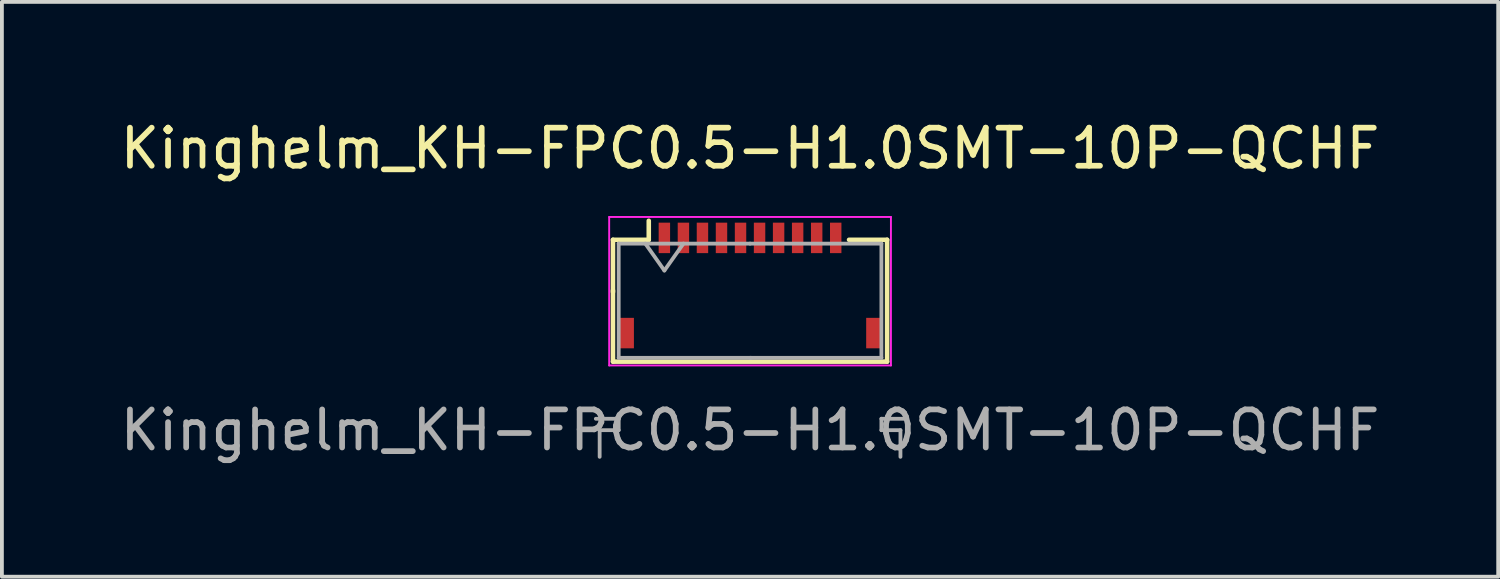
<source format=kicad_pcb>
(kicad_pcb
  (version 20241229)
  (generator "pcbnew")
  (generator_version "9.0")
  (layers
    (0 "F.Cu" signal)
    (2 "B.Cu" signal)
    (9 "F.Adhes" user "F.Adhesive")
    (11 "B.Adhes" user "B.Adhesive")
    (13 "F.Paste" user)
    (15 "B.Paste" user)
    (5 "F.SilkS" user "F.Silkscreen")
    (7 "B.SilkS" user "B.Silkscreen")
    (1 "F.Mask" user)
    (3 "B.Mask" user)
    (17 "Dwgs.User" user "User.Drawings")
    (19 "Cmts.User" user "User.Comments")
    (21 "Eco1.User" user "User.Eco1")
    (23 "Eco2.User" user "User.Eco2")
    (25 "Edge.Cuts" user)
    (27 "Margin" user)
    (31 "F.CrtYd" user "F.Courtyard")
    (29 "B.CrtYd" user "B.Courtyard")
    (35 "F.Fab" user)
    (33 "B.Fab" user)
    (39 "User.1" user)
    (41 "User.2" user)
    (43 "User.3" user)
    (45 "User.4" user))
  (footprint "Kinghelm_KH-FPC0.5-H1.0SMT-10P-QCHF"
    (layer "F.Cu")
    (at 16.649 4.548)
    (property "Reference" "Kinghelm_KH-FPC0.5-H1.0SMT-10P-QCHF" (at 0 -3.7 0) (layer "F.SilkS") (effects (font (size 1 1) (thickness 0.15))))
    (attr smd)
    (fp_line (start -3.6 -1.3) (end -3.6 0.07) (stroke (width 0.12) (type solid)) (layer "F.SilkS"))
    (fp_line (start -3.6 0.03) (end -3.6 1.9) (stroke (width 0.12) (type solid)) (layer "F.SilkS"))
    (fp_line (start -3.6 1.9) (end 3.6 1.9) (stroke (width 0.12) (type solid)) (layer "F.SilkS"))
    (fp_line (start -2.66 -1.3) (end -3.6 -1.3) (stroke (width 0.12) (type solid)) (layer "F.SilkS"))
    (fp_line (start -2.66 -1.3) (end -2.66 -1.8) (stroke (width 0.12) (type solid)) (layer "F.SilkS"))
    (fp_line (start 2.6 -1.3) (end 3.6 -1.3) (stroke (width 0.12) (type solid)) (layer "F.SilkS"))
    (fp_line (start 3.6 -1.3) (end 3.6 1.9) (stroke (width 0.12) (type solid)) (layer "F.SilkS"))
    (fp_line (start -3.7 -1.9) (end -3.7 2) (stroke (width 0.05) (type solid)) (layer "F.CrtYd"))
    (fp_line (start -3.7 2) (end 3.7 2) (stroke (width 0.05) (type solid)) (layer "F.CrtYd"))
    (fp_line (start 3.7 -1.9) (end -3.7 -1.9) (stroke (width 0.05) (type solid)) (layer "F.CrtYd"))
    (fp_line (start 3.7 2) (end 3.7 -1.9) (stroke (width 0.05) (type solid)) (layer "F.CrtYd"))
    (fp_line (start -4.05 3.4) (end -3.45 3.4) (stroke (width 0.1) (type solid)) (layer "F.Fab"))
    (fp_line (start -3.95 3.7) (end -3.95 4.4) (stroke (width 0.1) (type solid)) (layer "F.Fab"))
    (fp_line (start -3.45 -1.2) (end -3.45 1.8) (stroke (width 0.1) (type solid)) (layer "F.Fab"))
    (fp_line (start -3.45 1.8) (end 0.025 1.8) (stroke (width 0.1) (type solid)) (layer "F.Fab"))
    (fp_line (start -3.45 3.4) (end -3.45 3.7) (stroke (width 0.1) (type solid)) (layer "F.Fab"))
    (fp_line (start -3.45 3.7) (end -3.95 3.7) (stroke (width 0.1) (type solid)) (layer "F.Fab"))
    (fp_line (start -2.75 -1.2) (end -2.25 -0.493) (stroke (width 0.1) (type solid)) (layer "F.Fab"))
    (fp_line (start -2.25 -0.493) (end -1.75 -1.2) (stroke (width 0.1) (type solid)) (layer "F.Fab"))
    (fp_line (start 0 -1.2) (end -3.45 -1.2) (stroke (width 0.1) (type solid)) (layer "F.Fab"))
    (fp_line (start 0 -1.2) (end 3.45 -1.2) (stroke (width 0.1) (type solid)) (layer "F.Fab"))
    (fp_line (start 3.45 -1.2) (end 3.45 1.8) (stroke (width 0.1) (type solid)) (layer "F.Fab"))
    (fp_line (start 3.45 1.8) (end 0 1.8) (stroke (width 0.1) (type solid)) (layer "F.Fab"))
    (fp_line (start 3.45 3.4) (end 3.45 3.7) (stroke (width 0.1) (type solid)) (layer "F.Fab"))
    (fp_line (start 3.45 3.7) (end 3.95 3.7) (stroke (width 0.1) (type solid)) (layer "F.Fab"))
    (fp_line (start 3.95 3.7) (end 3.95 4.4) (stroke (width 0.1) (type solid)) (layer "F.Fab"))
    (fp_line (start 4.05 3.4) (end 3.45 3.4) (stroke (width 0.1) (type solid)) (layer "F.Fab"))
    (fp_text user "${REFERENCE}" (at 0 3.7 0) (layer "F.Fab") (effects (font (size 1 1) (thickness 0.15))))
    (pad "1" smd rect (at -2.25 -1.35) (size 0.3 0.8) (layers "F.Cu" "F.Mask" "F.Paste"))
    (pad "2" smd rect (at -1.75 -1.35) (size 0.3 0.8) (layers "F.Cu" "F.Mask" "F.Paste"))
    (pad "3" smd rect (at -1.25 -1.35) (size 0.3 0.8) (layers "F.Cu" "F.Mask" "F.Paste"))
    (pad "4" smd rect (at -0.75 -1.35) (size 0.3 0.8) (layers "F.Cu" "F.Mask" "F.Paste"))
    (pad "5" smd rect (at -0.25 -1.35) (size 0.3 0.8) (layers "F.Cu" "F.Mask" "F.Paste"))
    (pad "6" smd rect (at 0.25 -1.35) (size 0.3 0.8) (layers "F.Cu" "F.Mask" "F.Paste"))
    (pad "7" smd rect (at 0.75 -1.35) (size 0.3 0.8) (layers "F.Cu" "F.Mask" "F.Paste"))
    (pad "8" smd rect (at 1.25 -1.35) (size 0.3 0.8) (layers "F.Cu" "F.Mask" "F.Paste"))
    (pad "9" smd rect (at 1.75 -1.35) (size 0.3 0.8) (layers "F.Cu" "F.Mask" "F.Paste"))
    (pad "10" smd rect (at 2.25 -1.35) (size 0.3 0.8) (layers "F.Cu" "F.Mask" "F.Paste"))
    (pad "MP" smd rect (at -3.25 1.15) (size 0.4 0.8) (layers "F.Cu" "F.Mask" "F.Paste"))
    (pad "MP" smd rect (at 3.25 1.15) (size 0.4 0.8) (layers "F.Cu" "F.Mask" "F.Paste")))
  (gr_rect
    (start -3 -3)
    (end 36.298 12.097)
    (stroke (width 0.1) (type default))
    (fill no)
    (layer "Edge.Cuts")))
</source>
